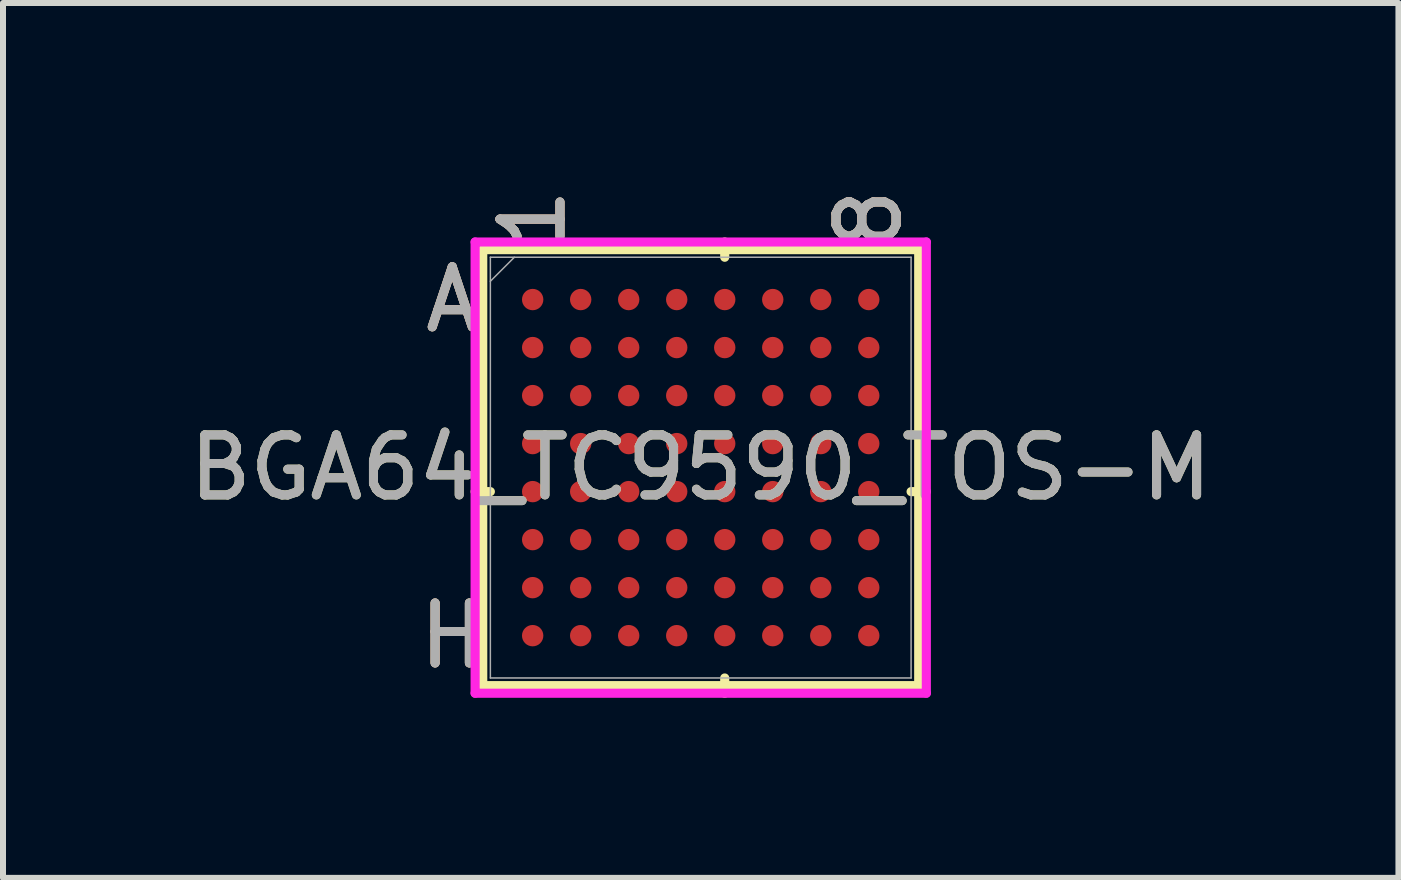
<source format=kicad_pcb>
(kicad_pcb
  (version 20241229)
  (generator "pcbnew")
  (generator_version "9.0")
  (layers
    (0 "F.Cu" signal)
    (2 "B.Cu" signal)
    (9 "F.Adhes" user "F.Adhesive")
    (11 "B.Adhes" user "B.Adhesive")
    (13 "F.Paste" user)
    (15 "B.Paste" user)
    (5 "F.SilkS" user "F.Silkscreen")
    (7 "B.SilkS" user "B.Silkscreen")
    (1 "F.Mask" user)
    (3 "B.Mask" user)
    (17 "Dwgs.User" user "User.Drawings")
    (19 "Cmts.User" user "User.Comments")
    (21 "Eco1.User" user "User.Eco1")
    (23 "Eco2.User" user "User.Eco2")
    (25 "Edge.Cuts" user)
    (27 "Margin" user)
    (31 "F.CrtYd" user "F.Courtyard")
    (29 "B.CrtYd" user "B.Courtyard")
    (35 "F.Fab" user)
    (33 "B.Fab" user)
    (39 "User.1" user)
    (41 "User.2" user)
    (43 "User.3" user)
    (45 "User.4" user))
  (footprint "BGA64_TC9590_TOS-M"
    (layer "F.Cu")
    (at 8.625 4.741)
    (property "Reference" "BGA64_TC9590_TOS-M" (at 0 0 0) (unlocked yes) (layer "F.SilkS") (effects (font (size 1 1) (thickness 0.15))))
    (attr smd)
    (fp_line (start -3.632 -3.632) (end -3.632 3.632) (stroke (width 0.152) (type solid)) (layer "F.SilkS"))
    (fp_line (start -3.632 3.632) (end 3.632 3.632) (stroke (width 0.152) (type solid)) (layer "F.SilkS"))
    (fp_line (start -3.505 0.4) (end -3.759 0.4) (stroke (width 0.152) (type solid)) (layer "F.SilkS"))
    (fp_line (start 0.4 -3.505) (end 0.4 -3.759) (stroke (width 0.152) (type solid)) (layer "F.SilkS"))
    (fp_line (start 0.4 3.505) (end 0.4 3.759) (stroke (width 0.152) (type solid)) (layer "F.SilkS"))
    (fp_line (start 3.505 0.4) (end 3.759 0.4) (stroke (width 0.152) (type solid)) (layer "F.SilkS"))
    (fp_line (start 3.632 -3.632) (end -3.632 -3.632) (stroke (width 0.152) (type solid)) (layer "F.SilkS"))
    (fp_line (start 3.632 3.632) (end 3.632 -3.632) (stroke (width 0.152) (type solid)) (layer "F.SilkS"))
    (fp_poly (pts (xy -3.645 -3.645) (xy 3.645 -3.645) (xy 3.645 3.645) (xy -3.645 3.645)) (stroke (width 0.1) (type solid)) (fill no) (layer "Eco2.User"))
    (fp_line (start -3.759 -3.759) (end 3.759 -3.759) (stroke (width 0.152) (type solid)) (layer "F.CrtYd"))
    (fp_line (start -3.759 3.759) (end -3.759 -3.759) (stroke (width 0.152) (type solid)) (layer "F.CrtYd"))
    (fp_line (start 3.759 -3.759) (end 3.759 3.759) (stroke (width 0.152) (type solid)) (layer "F.CrtYd"))
    (fp_line (start 3.759 3.759) (end -3.759 3.759) (stroke (width 0.152) (type solid)) (layer "F.CrtYd"))
    (fp_line (start -3.505 -3.505) (end -3.505 3.505) (stroke (width 0.025) (type solid)) (layer "F.Fab"))
    (fp_line (start -3.505 3.505) (end 3.505 3.505) (stroke (width 0.025) (type solid)) (layer "F.Fab"))
    (fp_line (start -3.105 -3.505) (end -3.505 -3.105) (stroke (width 0.025) (type solid)) (layer "F.Fab"))
    (fp_line (start 3.505 -3.505) (end -3.505 -3.505) (stroke (width 0.025) (type solid)) (layer "F.Fab"))
    (fp_line (start 3.505 3.505) (end 3.505 -3.505) (stroke (width 0.025) (type solid)) (layer "F.Fab"))
    (fp_text user "1" (at -2.8 -4.14 90) (unlocked yes) (layer "F.SilkS") (effects (font (size 1 1) (thickness 0.15))))
    (fp_text user "A" (at -4.14 -2.8 0) (unlocked yes) (layer "F.SilkS") (effects (font (size 1 1) (thickness 0.15))))
    (fp_text user "H" (at -4.14 2.8 0) (unlocked yes) (layer "F.SilkS") (effects (font (size 1 1) (thickness 0.15))))
    (fp_text user "8" (at 2.8 -4.14 90) (unlocked yes) (layer "F.SilkS") (effects (font (size 1 1) (thickness 0.15))))
    (fp_text user "A" (at -4.14 -2.8 0) (unlocked yes) (layer "B.SilkS") (effects (font (size 1 1) (thickness 0.15))))
    (fp_text user "1" (at -2.8 -4.14 90) (unlocked yes) (layer "B.SilkS") (effects (font (size 1 1) (thickness 0.15))))
    (fp_text user "H" (at -4.14 2.8 0) (unlocked yes) (layer "B.SilkS") (effects (font (size 1 1) (thickness 0.15))))
    (fp_text user "8" (at 2.8 -4.14 90) (unlocked yes) (layer "B.SilkS") (effects (font (size 1 1) (thickness 0.15))))
    (fp_text user "1" (at -2.8 -4.14 90) (unlocked yes) (layer "F.Fab") (effects (font (size 1 1) (thickness 0.15))))
    (fp_text user "H" (at -4.14 2.8 0) (unlocked yes) (layer "F.Fab") (effects (font (size 1 1) (thickness 0.15))))
    (fp_text user "${REFERENCE}" (at 0 0 0) (unlocked yes) (layer "F.Fab") (effects (font (size 1 1) (thickness 0.15))))
    (fp_text user "A" (at -4.14 -2.8 0) (unlocked yes) (layer "F.Fab") (effects (font (size 1 1) (thickness 0.15))))
    (fp_text user "8" (at 2.8 -4.14 90) (unlocked yes) (layer "F.Fab") (effects (font (size 1 1) (thickness 0.15))))
    (pad "A1" smd circle (at -2.8 -2.8) (size 0.356 0.356) (layers "F.Cu" "F.Mask" "F.Paste"))
    (pad "A2" smd circle (at -2 -2.8) (size 0.356 0.356) (layers "F.Cu" "F.Mask" "F.Paste"))
    (pad "A3" smd circle (at -1.2 -2.8) (size 0.356 0.356) (layers "F.Cu" "F.Mask" "F.Paste"))
    (pad "A4" smd circle (at -0.4 -2.8) (size 0.356 0.356) (layers "F.Cu" "F.Mask" "F.Paste"))
    (pad "A5" smd circle (at 0.4 -2.8) (size 0.356 0.356) (layers "F.Cu" "F.Mask" "F.Paste"))
    (pad "A6" smd circle (at 1.2 -2.8) (size 0.356 0.356) (layers "F.Cu" "F.Mask" "F.Paste"))
    (pad "A7" smd circle (at 2 -2.8) (size 0.356 0.356) (layers "F.Cu" "F.Mask" "F.Paste"))
    (pad "A8" smd circle (at 2.8 -2.8) (size 0.356 0.356) (layers "F.Cu" "F.Mask" "F.Paste"))
    (pad "B1" smd circle (at -2.8 -2) (size 0.356 0.356) (layers "F.Cu" "F.Mask" "F.Paste"))
    (pad "B2" smd circle (at -2 -2) (size 0.356 0.356) (layers "F.Cu" "F.Mask" "F.Paste"))
    (pad "B3" smd circle (at -1.2 -2) (size 0.356 0.356) (layers "F.Cu" "F.Mask" "F.Paste"))
    (pad "B4" smd circle (at -0.4 -2) (size 0.356 0.356) (layers "F.Cu" "F.Mask" "F.Paste"))
    (pad "B5" smd circle (at 0.4 -2) (size 0.356 0.356) (layers "F.Cu" "F.Mask" "F.Paste"))
    (pad "B6" smd circle (at 1.2 -2) (size 0.356 0.356) (layers "F.Cu" "F.Mask" "F.Paste"))
    (pad "B7" smd circle (at 2 -2) (size 0.356 0.356) (layers "F.Cu" "F.Mask" "F.Paste"))
    (pad "B8" smd circle (at 2.8 -2) (size 0.356 0.356) (layers "F.Cu" "F.Mask" "F.Paste"))
    (pad "C1" smd circle (at -2.8 -1.2) (size 0.356 0.356) (layers "F.Cu" "F.Mask" "F.Paste"))
    (pad "C2" smd circle (at -2 -1.2) (size 0.356 0.356) (layers "F.Cu" "F.Mask" "F.Paste"))
    (pad "C3" smd circle (at -1.2 -1.2) (size 0.356 0.356) (layers "F.Cu" "F.Mask" "F.Paste"))
    (pad "C4" smd circle (at -0.4 -1.2) (size 0.356 0.356) (layers "F.Cu" "F.Mask" "F.Paste"))
    (pad "C5" smd circle (at 0.4 -1.2) (size 0.356 0.356) (layers "F.Cu" "F.Mask" "F.Paste"))
    (pad "C6" smd circle (at 1.2 -1.2) (size 0.356 0.356) (layers "F.Cu" "F.Mask" "F.Paste"))
    (pad "C7" smd circle (at 2 -1.2) (size 0.356 0.356) (layers "F.Cu" "F.Mask" "F.Paste"))
    (pad "C8" smd circle (at 2.8 -1.2) (size 0.356 0.356) (layers "F.Cu" "F.Mask" "F.Paste"))
    (pad "D1" smd circle (at -2.8 -0.4) (size 0.356 0.356) (layers "F.Cu" "F.Mask" "F.Paste"))
    (pad "D2" smd circle (at -2 -0.4) (size 0.356 0.356) (layers "F.Cu" "F.Mask" "F.Paste"))
    (pad "D3" smd circle (at -1.2 -0.4) (size 0.356 0.356) (layers "F.Cu" "F.Mask" "F.Paste"))
    (pad "D4" smd circle (at -0.4 -0.4) (size 0.356 0.356) (layers "F.Cu" "F.Mask" "F.Paste"))
    (pad "D5" smd circle (at 0.4 -0.4) (size 0.356 0.356) (layers "F.Cu" "F.Mask" "F.Paste"))
    (pad "D6" smd circle (at 1.2 -0.4) (size 0.356 0.356) (layers "F.Cu" "F.Mask" "F.Paste"))
    (pad "D7" smd circle (at 2 -0.4) (size 0.356 0.356) (layers "F.Cu" "F.Mask" "F.Paste"))
    (pad "D8" smd circle (at 2.8 -0.4) (size 0.356 0.356) (layers "F.Cu" "F.Mask" "F.Paste"))
    (pad "E1" smd circle (at -2.8 0.4) (size 0.356 0.356) (layers "F.Cu" "F.Mask" "F.Paste"))
    (pad "E2" smd circle (at -2 0.4) (size 0.356 0.356) (layers "F.Cu" "F.Mask" "F.Paste"))
    (pad "E3" smd circle (at -1.2 0.4) (size 0.356 0.356) (layers "F.Cu" "F.Mask" "F.Paste"))
    (pad "E4" smd circle (at -0.4 0.4) (size 0.356 0.356) (layers "F.Cu" "F.Mask" "F.Paste"))
    (pad "E5" smd circle (at 0.4 0.4) (size 0.356 0.356) (layers "F.Cu" "F.Mask" "F.Paste"))
    (pad "E6" smd circle (at 1.2 0.4) (size 0.356 0.356) (layers "F.Cu" "F.Mask" "F.Paste"))
    (pad "E7" smd circle (at 2 0.4) (size 0.356 0.356) (layers "F.Cu" "F.Mask" "F.Paste"))
    (pad "E8" smd circle (at 2.8 0.4) (size 0.356 0.356) (layers "F.Cu" "F.Mask" "F.Paste"))
    (pad "F1" smd circle (at -2.8 1.2) (size 0.356 0.356) (layers "F.Cu" "F.Mask" "F.Paste"))
    (pad "F2" smd circle (at -2 1.2) (size 0.356 0.356) (layers "F.Cu" "F.Mask" "F.Paste"))
    (pad "F3" smd circle (at -1.2 1.2) (size 0.356 0.356) (layers "F.Cu" "F.Mask" "F.Paste"))
    (pad "F4" smd circle (at -0.4 1.2) (size 0.356 0.356) (layers "F.Cu" "F.Mask" "F.Paste"))
    (pad "F5" smd circle (at 0.4 1.2) (size 0.356 0.356) (layers "F.Cu" "F.Mask" "F.Paste"))
    (pad "F6" smd circle (at 1.2 1.2) (size 0.356 0.356) (layers "F.Cu" "F.Mask" "F.Paste"))
    (pad "F7" smd circle (at 2 1.2) (size 0.356 0.356) (layers "F.Cu" "F.Mask" "F.Paste"))
    (pad "F8" smd circle (at 2.8 1.2) (size 0.356 0.356) (layers "F.Cu" "F.Mask" "F.Paste"))
    (pad "G1" smd circle (at -2.8 2) (size 0.356 0.356) (layers "F.Cu" "F.Mask" "F.Paste"))
    (pad "G2" smd circle (at -2 2) (size 0.356 0.356) (layers "F.Cu" "F.Mask" "F.Paste"))
    (pad "G3" smd circle (at -1.2 2) (size 0.356 0.356) (layers "F.Cu" "F.Mask" "F.Paste"))
    (pad "G4" smd circle (at -0.4 2) (size 0.356 0.356) (layers "F.Cu" "F.Mask" "F.Paste"))
    (pad "G5" smd circle (at 0.4 2) (size 0.356 0.356) (layers "F.Cu" "F.Mask" "F.Paste"))
    (pad "G6" smd circle (at 1.2 2) (size 0.356 0.356) (layers "F.Cu" "F.Mask" "F.Paste"))
    (pad "G7" smd circle (at 2 2) (size 0.356 0.356) (layers "F.Cu" "F.Mask" "F.Paste"))
    (pad "G8" smd circle (at 2.8 2) (size 0.356 0.356) (layers "F.Cu" "F.Mask" "F.Paste"))
    (pad "H1" smd circle (at -2.8 2.8) (size 0.356 0.356) (layers "F.Cu" "F.Mask" "F.Paste"))
    (pad "H2" smd circle (at -2 2.8) (size 0.356 0.356) (layers "F.Cu" "F.Mask" "F.Paste"))
    (pad "H3" smd circle (at -1.2 2.8) (size 0.356 0.356) (layers "F.Cu" "F.Mask" "F.Paste"))
    (pad "H4" smd circle (at -0.4 2.8) (size 0.356 0.356) (layers "F.Cu" "F.Mask" "F.Paste"))
    (pad "H5" smd circle (at 0.4 2.8) (size 0.356 0.356) (layers "F.Cu" "F.Mask" "F.Paste"))
    (pad "H6" smd circle (at 1.2 2.8) (size 0.356 0.356) (layers "F.Cu" "F.Mask" "F.Paste"))
    (pad "H7" smd circle (at 2 2.8) (size 0.356 0.356) (layers "F.Cu" "F.Mask" "F.Paste"))
    (pad "H8" smd circle (at 2.8 2.8) (size 0.356 0.356) (layers "F.Cu" "F.Mask" "F.Paste")))
  (gr_rect
    (start -3 -3)
    (end 20.25 11.577)
    (stroke (width 0.1) (type default))
    (fill no)
    (layer "Edge.Cuts")))
</source>
